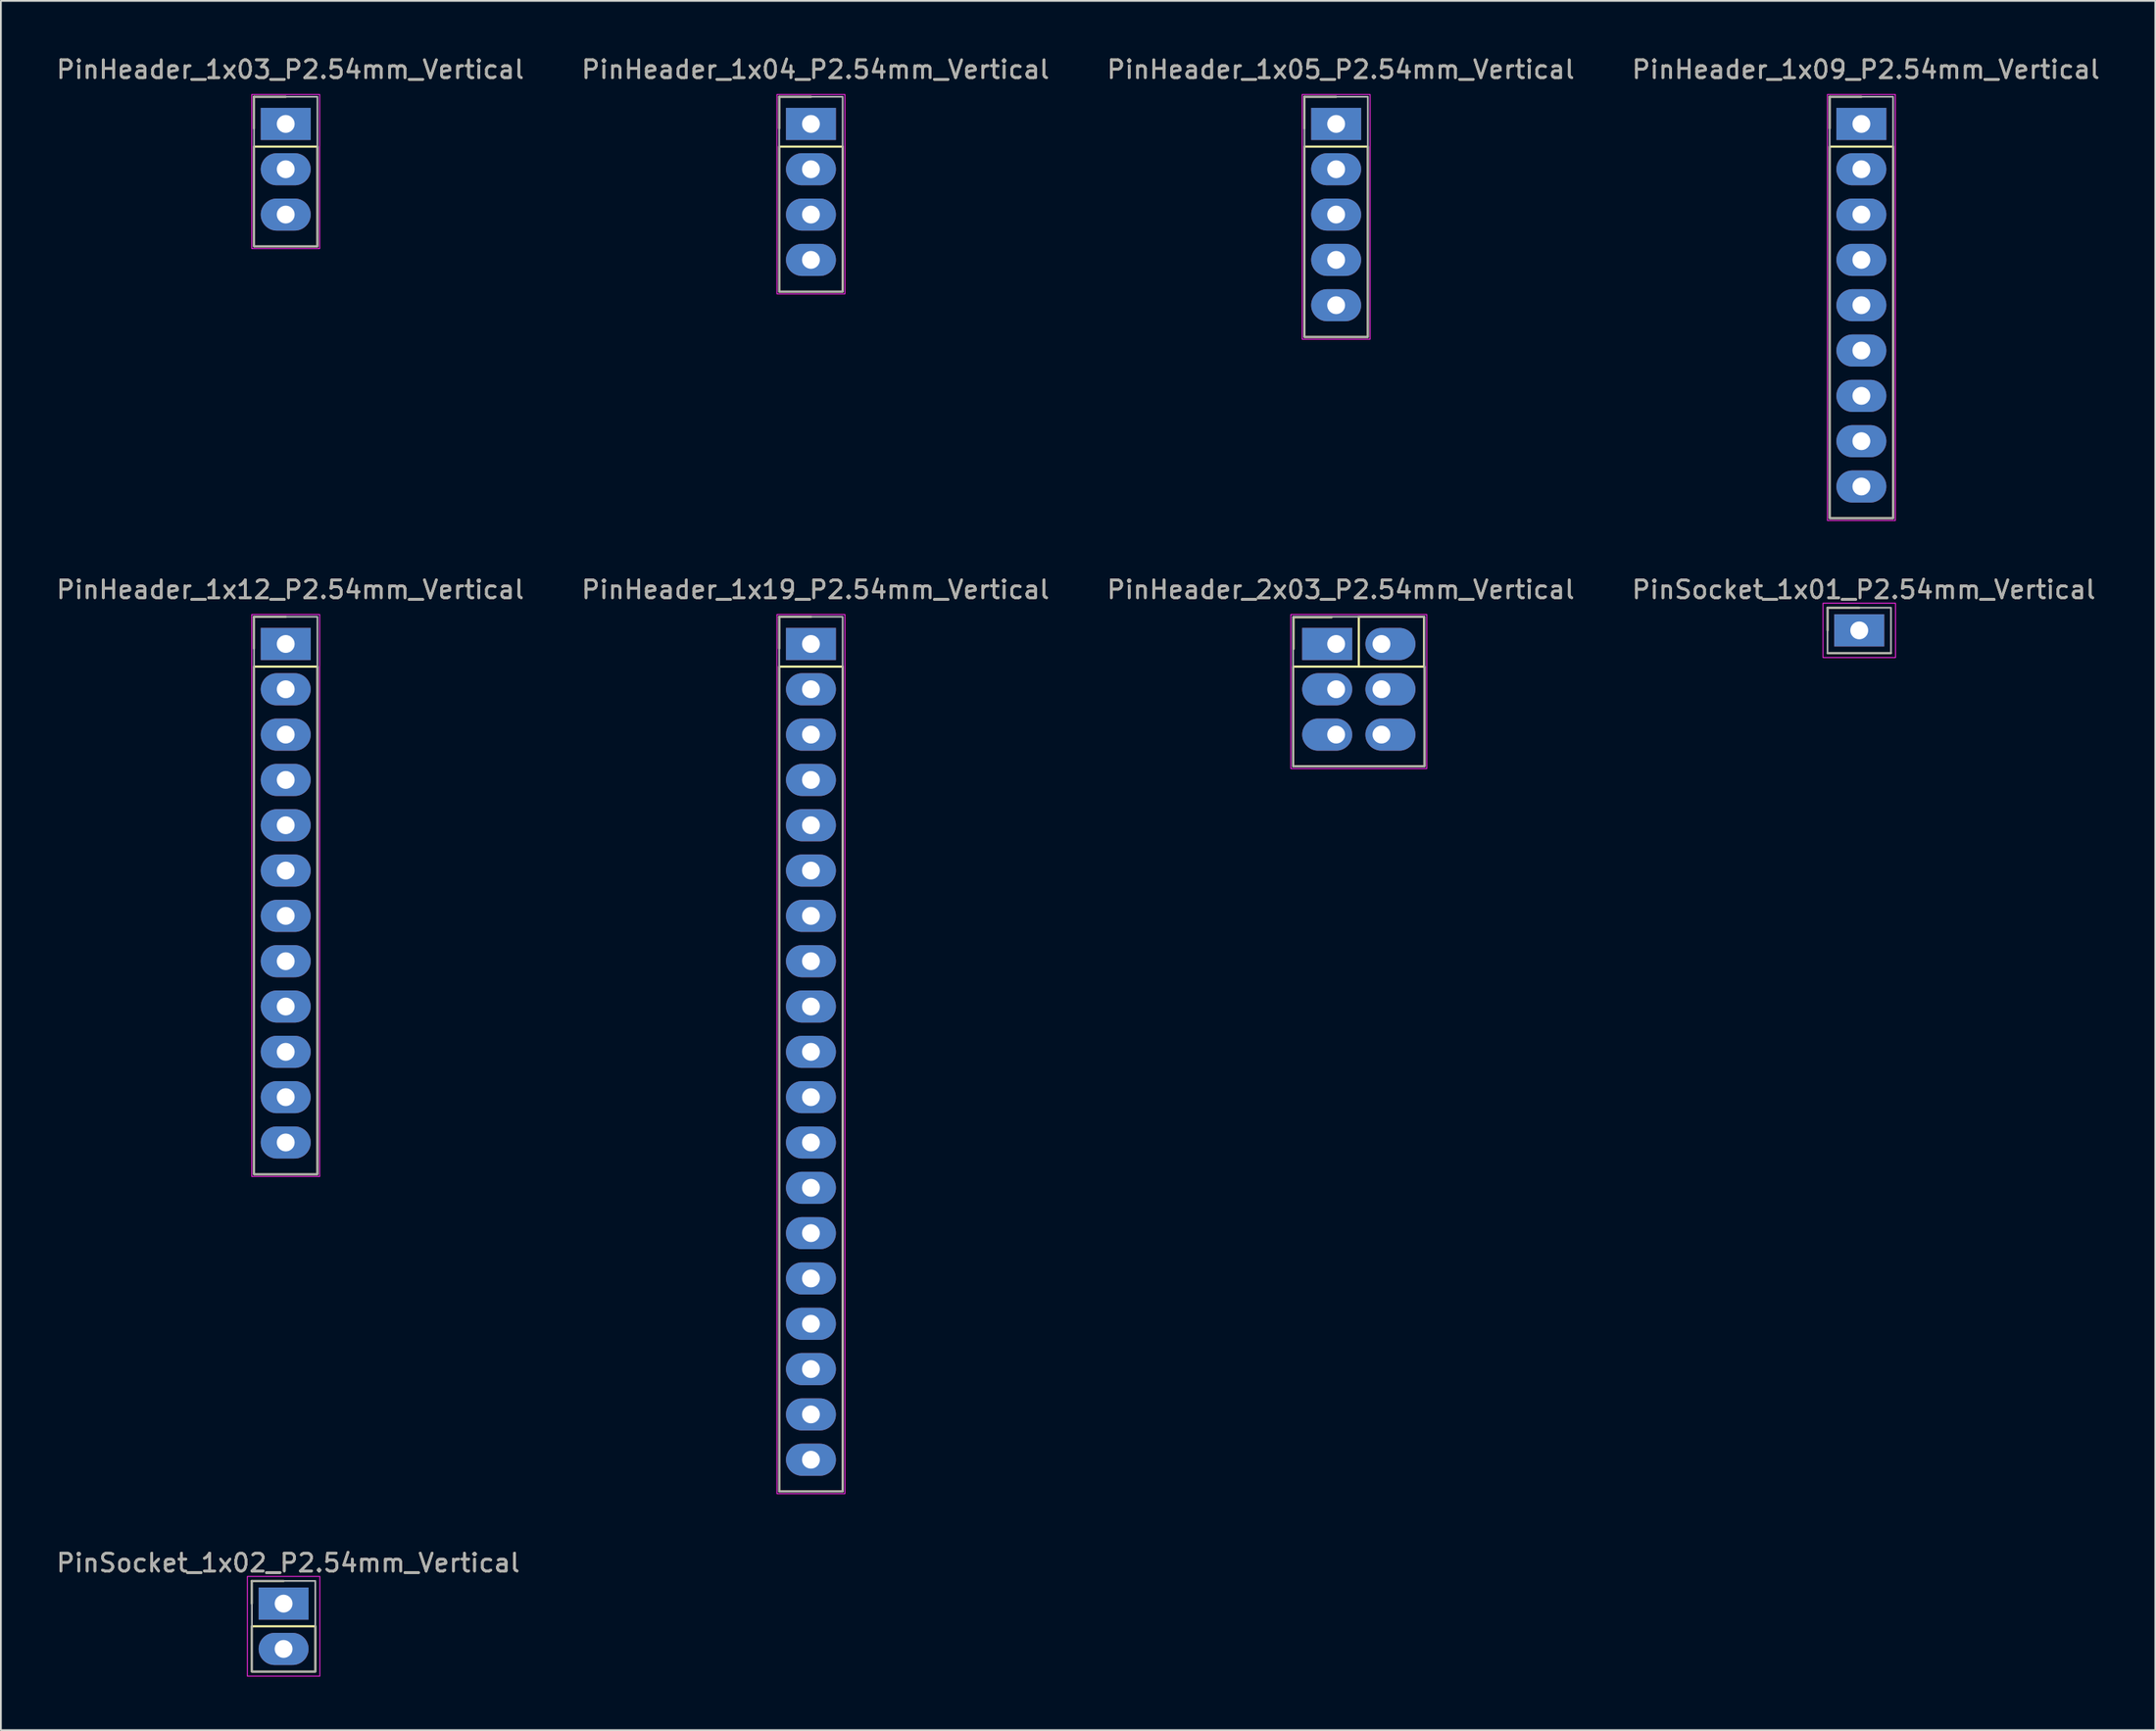
<source format=kicad_pcb>
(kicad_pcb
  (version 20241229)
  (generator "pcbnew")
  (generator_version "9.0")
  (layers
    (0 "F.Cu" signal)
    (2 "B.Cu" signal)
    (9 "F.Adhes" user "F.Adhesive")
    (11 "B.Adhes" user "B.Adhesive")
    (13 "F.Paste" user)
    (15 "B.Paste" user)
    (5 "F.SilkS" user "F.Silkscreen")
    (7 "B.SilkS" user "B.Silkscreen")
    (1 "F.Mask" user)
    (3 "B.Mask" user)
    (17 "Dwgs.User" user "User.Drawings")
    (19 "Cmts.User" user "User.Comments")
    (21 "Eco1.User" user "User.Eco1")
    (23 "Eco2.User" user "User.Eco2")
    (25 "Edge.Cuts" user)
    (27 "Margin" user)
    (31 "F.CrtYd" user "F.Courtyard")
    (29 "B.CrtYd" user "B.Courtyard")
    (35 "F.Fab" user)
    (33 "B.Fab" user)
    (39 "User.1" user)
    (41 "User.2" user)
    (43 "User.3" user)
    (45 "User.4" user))
  (footprint "PinHeader_1x05_P2.54mm_Vertical"
    (layer "F.Cu")
    (at 71.847 3.896)
    (property "Reference" "PinHeader_1x05_P2.54mm_Vertical" (at 0.254 -3.048 0) (unlocked yes) (layer "F.SilkS") (effects (font (size 1 1) (thickness 0.15))))
    (attr through_hole)
    (fp_line (start -1.778 -1.524) (end 0 -1.524) (stroke (width 0.12) (type solid)) (layer "F.SilkS"))
    (fp_line (start -1.778 0.254) (end -1.778 -1.524) (stroke (width 0.12) (type solid)) (layer "F.SilkS"))
    (fp_rect (start -1.778 1.27) (end 1.778 11.938) (stroke (width 0.12) (type solid)) (fill no) (layer "F.SilkS"))
    (fp_rect (start -1.905 -1.651) (end 1.905 12.065) (stroke (width 0.05) (type solid)) (fill no) (layer "F.CrtYd"))
    (fp_rect (start -1.778 -1.524) (end 1.778 11.938) (stroke (width 0.1) (type solid)) (fill no) (layer "F.Fab"))
    (fp_text user "${REFERENCE}" (at 0.254 -3.048 0) (unlocked yes) (layer "F.Fab") (effects (font (size 1 1) (thickness 0.15))))
    (pad "1" thru_hole rect (at 0 0) (size 2.8 1.8) (drill 1) (layers "*.Cu" "*.Mask"))
    (pad "2" thru_hole oval (at 0 2.54) (size 2.8 1.8) (drill 1) (layers "*.Cu" "*.Mask"))
    (pad "3" thru_hole oval (at 0 5.08) (size 2.8 1.8) (drill 1) (layers "*.Cu" "*.Mask"))
    (pad "4" thru_hole oval (at 0 7.62) (size 2.8 1.8) (drill 1) (layers "*.Cu" "*.Mask"))
    (pad "5" thru_hole oval (at 0 10.16) (size 2.8 1.8) (drill 1) (layers "*.Cu" "*.Mask")))
  (footprint "PinHeader_2x03_P2.54mm_Vertical"
    (layer "F.Cu")
    (at 71.847 33.042)
    (property "Reference" "PinHeader_2x03_P2.54mm_Vertical" (at 0.254 -3.048 0) (unlocked yes) (layer "F.SilkS") (effects (font (size 1 1) (thickness 0.15))))
    (attr through_hole)
    (fp_line (start -2.388 -1.499) (end -0.254 -1.499) (stroke (width 0.12) (type solid)) (layer "F.SilkS"))
    (fp_line (start -2.388 0.279) (end -2.388 -1.499) (stroke (width 0.12) (type solid)) (layer "F.SilkS"))
    (fp_line (start 1.27 -1.524) (end 4.928 -1.524) (stroke (width 0.12) (type solid)) (layer "F.SilkS"))
    (fp_line (start 1.27 1.27) (end 1.27 -1.524) (stroke (width 0.12) (type solid)) (layer "F.SilkS"))
    (fp_line (start 4.928 -1.524) (end 4.928 1.27) (stroke (width 0.12) (type solid)) (layer "F.SilkS"))
    (fp_rect (start -2.413 1.27) (end 4.953 6.858) (stroke (width 0.12) (type solid)) (fill no) (layer "F.SilkS"))
    (fp_rect (start -2.54 -1.651) (end 5.08 6.985) (stroke (width 0.05) (type solid)) (fill no) (layer "F.CrtYd"))
    (fp_rect (start -2.413 -1.524) (end 4.953 6.858) (stroke (width 0.1) (type solid)) (fill no) (layer "F.Fab"))
    (fp_text user "${REFERENCE}" (at 0.254 -3.048 0) (unlocked yes) (layer "F.Fab") (effects (font (size 1 1) (thickness 0.15))))
    (pad "1" thru_hole rect (at 0 0) (size 2.805 1.8) (drill 1 (offset -0.502 0)) (layers "*.Cu" "*.Mask"))
    (pad "2" thru_hole oval (at 2.54 0) (size 2.805 1.8) (drill 1 (offset 0.502 0)) (layers "*.Cu" "*.Mask"))
    (pad "3" thru_hole oval (at 0 2.54) (size 2.805 1.8) (drill 1 (offset -0.502 0)) (layers "*.Cu" "*.Mask"))
    (pad "4" thru_hole oval (at 2.54 2.54) (size 2.805 1.8) (drill 1 (offset 0.502 0)) (layers "*.Cu" "*.Mask"))
    (pad "5" thru_hole oval (at 0 5.08) (size 2.805 1.8) (drill 1 (offset -0.502 0)) (layers "*.Cu" "*.Mask"))
    (pad "6" thru_hole oval (at 2.54 5.08) (size 2.805 1.8) (drill 1 (offset 0.502 0)) (layers "*.Cu" "*.Mask")))
  (footprint "PinHeader_1x19_P2.54mm_Vertical"
    (layer "F.Cu")
    (at 42.407 33.042)
    (property "Reference" "PinHeader_1x19_P2.54mm_Vertical" (at 0.254 -3.048 0) (unlocked yes) (layer "F.SilkS") (effects (font (size 1 1) (thickness 0.15))))
    (attr through_hole)
    (fp_line (start -1.778 -1.524) (end 0 -1.524) (stroke (width 0.12) (type solid)) (layer "F.SilkS"))
    (fp_line (start -1.778 0.254) (end -1.778 -1.524) (stroke (width 0.12) (type solid)) (layer "F.SilkS"))
    (fp_rect (start -1.778 1.27) (end 1.778 47.498) (stroke (width 0.12) (type solid)) (fill no) (layer "F.SilkS"))
    (fp_rect (start -1.905 -1.651) (end 1.905 47.625) (stroke (width 0.05) (type solid)) (fill no) (layer "F.CrtYd"))
    (fp_rect (start -1.778 -1.524) (end 1.778 47.498) (stroke (width 0.1) (type solid)) (fill no) (layer "F.Fab"))
    (fp_text user "${REFERENCE}" (at 0.254 -3.048 0) (unlocked yes) (layer "F.Fab") (effects (font (size 1 1) (thickness 0.15))))
    (pad "1" thru_hole rect (at 0 0) (size 2.8 1.8) (drill 1) (layers "*.Cu" "*.Mask"))
    (pad "2" thru_hole oval (at 0 2.54) (size 2.8 1.8) (drill 1) (layers "*.Cu" "*.Mask"))
    (pad "3" thru_hole oval (at 0 5.08) (size 2.8 1.8) (drill 1) (layers "*.Cu" "*.Mask"))
    (pad "4" thru_hole oval (at 0 7.62) (size 2.8 1.8) (drill 1) (layers "*.Cu" "*.Mask"))
    (pad "5" thru_hole oval (at 0 10.16) (size 2.8 1.8) (drill 1) (layers "*.Cu" "*.Mask"))
    (pad "6" thru_hole oval (at 0 12.7) (size 2.8 1.8) (drill 1) (layers "*.Cu" "*.Mask"))
    (pad "7" thru_hole oval (at 0 15.24) (size 2.8 1.8) (drill 1) (layers "*.Cu" "*.Mask"))
    (pad "8" thru_hole oval (at 0 17.78) (size 2.8 1.8) (drill 1) (layers "*.Cu" "*.Mask"))
    (pad "9" thru_hole oval (at 0 20.32) (size 2.8 1.8) (drill 1) (layers "*.Cu" "*.Mask"))
    (pad "10" thru_hole oval (at 0 22.86) (size 2.8 1.8) (drill 1) (layers "*.Cu" "*.Mask"))
    (pad "11" thru_hole oval (at 0 25.4) (size 2.8 1.8) (drill 1) (layers "*.Cu" "*.Mask"))
    (pad "12" thru_hole oval (at 0 27.94) (size 2.8 1.8) (drill 1) (layers "*.Cu" "*.Mask"))
    (pad "13" thru_hole oval (at 0 30.48) (size 2.8 1.8) (drill 1) (layers "*.Cu" "*.Mask"))
    (pad "14" thru_hole oval (at 0 33.02) (size 2.8 1.8) (drill 1) (layers "*.Cu" "*.Mask"))
    (pad "15" thru_hole oval (at 0 35.56) (size 2.8 1.8) (drill 1) (layers "*.Cu" "*.Mask"))
    (pad "16" thru_hole oval (at 0 38.1) (size 2.8 1.8) (drill 1) (layers "*.Cu" "*.Mask"))
    (pad "17" thru_hole oval (at 0 40.64) (size 2.8 1.8) (drill 1) (layers "*.Cu" "*.Mask"))
    (pad "18" thru_hole oval (at 0 43.18) (size 2.8 1.8) (drill 1) (layers "*.Cu" "*.Mask"))
    (pad "19" thru_hole oval (at 0 45.72) (size 2.8 1.8) (drill 1) (layers "*.Cu" "*.Mask")))
  (footprint "PinHeader_1x12_P2.54mm_Vertical"
    (layer "F.Cu")
    (at 12.966 33.042)
    (property "Reference" "PinHeader_1x12_P2.54mm_Vertical" (at 0.254 -3.048 0) (unlocked yes) (layer "F.SilkS") (effects (font (size 1 1) (thickness 0.15))))
    (attr through_hole)
    (fp_line (start -1.778 -1.524) (end 0 -1.524) (stroke (width 0.12) (type solid)) (layer "F.SilkS"))
    (fp_line (start -1.778 0.254) (end -1.778 -1.524) (stroke (width 0.12) (type solid)) (layer "F.SilkS"))
    (fp_rect (start -1.778 1.27) (end 1.778 29.718) (stroke (width 0.12) (type solid)) (fill no) (layer "F.SilkS"))
    (fp_rect (start -1.905 -1.651) (end 1.905 29.845) (stroke (width 0.05) (type solid)) (fill no) (layer "F.CrtYd"))
    (fp_rect (start -1.778 -1.524) (end 1.778 29.718) (stroke (width 0.1) (type solid)) (fill no) (layer "F.Fab"))
    (fp_text user "${REFERENCE}" (at 0.254 -3.048 0) (unlocked yes) (layer "F.Fab") (effects (font (size 1 1) (thickness 0.15))))
    (pad "1" thru_hole rect (at 0 0) (size 2.8 1.8) (drill 1) (layers "*.Cu" "*.Mask"))
    (pad "2" thru_hole oval (at 0 2.54) (size 2.8 1.8) (drill 1) (layers "*.Cu" "*.Mask"))
    (pad "3" thru_hole oval (at 0 5.08) (size 2.8 1.8) (drill 1) (layers "*.Cu" "*.Mask"))
    (pad "4" thru_hole oval (at 0 7.62) (size 2.8 1.8) (drill 1) (layers "*.Cu" "*.Mask"))
    (pad "5" thru_hole oval (at 0 10.16) (size 2.8 1.8) (drill 1) (layers "*.Cu" "*.Mask"))
    (pad "6" thru_hole oval (at 0 12.7) (size 2.8 1.8) (drill 1) (layers "*.Cu" "*.Mask"))
    (pad "7" thru_hole oval (at 0 15.24) (size 2.8 1.8) (drill 1) (layers "*.Cu" "*.Mask"))
    (pad "8" thru_hole oval (at 0 17.78) (size 2.8 1.8) (drill 1) (layers "*.Cu" "*.Mask"))
    (pad "9" thru_hole oval (at 0 20.32) (size 2.8 1.8) (drill 1) (layers "*.Cu" "*.Mask"))
    (pad "10" thru_hole oval (at 0 22.86) (size 2.8 1.8) (drill 1) (layers "*.Cu" "*.Mask"))
    (pad "11" thru_hole oval (at 0 25.4) (size 2.8 1.8) (drill 1) (layers "*.Cu" "*.Mask"))
    (pad "12" thru_hole oval (at 0 27.94) (size 2.8 1.8) (drill 1) (layers "*.Cu" "*.Mask")))
  (footprint "PinHeader_1x04_P2.54mm_Vertical"
    (layer "F.Cu")
    (at 42.407 3.896)
    (property "Reference" "PinHeader_1x04_P2.54mm_Vertical" (at 0.254 -3.048 0) (unlocked yes) (layer "F.SilkS") (effects (font (size 1 1) (thickness 0.15))))
    (attr through_hole)
    (fp_line (start -1.778 -1.524) (end 0 -1.524) (stroke (width 0.12) (type solid)) (layer "F.SilkS"))
    (fp_line (start -1.778 0.254) (end -1.778 -1.524) (stroke (width 0.12) (type solid)) (layer "F.SilkS"))
    (fp_rect (start -1.778 1.27) (end 1.778 9.398) (stroke (width 0.12) (type solid)) (fill no) (layer "F.SilkS"))
    (fp_rect (start -1.905 -1.651) (end 1.905 9.525) (stroke (width 0.05) (type solid)) (fill no) (layer "F.CrtYd"))
    (fp_rect (start -1.778 -1.524) (end 1.778 9.398) (stroke (width 0.1) (type solid)) (fill no) (layer "F.Fab"))
    (fp_text user "${REFERENCE}" (at 0.254 -3.048 0) (unlocked yes) (layer "F.Fab") (effects (font (size 1 1) (thickness 0.15))))
    (pad "1" thru_hole rect (at 0 0) (size 2.8 1.8) (drill 1) (layers "*.Cu" "*.Mask"))
    (pad "2" thru_hole oval (at 0 2.54) (size 2.8 1.8) (drill 1) (layers "*.Cu" "*.Mask"))
    (pad "3" thru_hole oval (at 0 5.08) (size 2.8 1.8) (drill 1) (layers "*.Cu" "*.Mask"))
    (pad "4" thru_hole oval (at 0 7.62) (size 2.8 1.8) (drill 1) (layers "*.Cu" "*.Mask")))
  (footprint "PinSocket_1x01_P2.54mm_Vertical"
    (layer "F.Cu")
    (at 101.169 32.281)
    (property "Reference" "PinSocket_1x01_P2.54mm_Vertical" (at 0.254 -2.286 0) (unlocked yes) (layer "F.SilkS") (effects (font (size 1 1) (thickness 0.15))))
    (attr through_hole)
    (fp_line (start -1.778 -1.27) (end 0 -1.27) (stroke (width 0.12) (type solid)) (layer "F.SilkS"))
    (fp_line (start -1.778 0) (end -1.778 -1.27) (stroke (width 0.12) (type solid)) (layer "F.SilkS"))
    (fp_line (start -1.778 1.27) (end 1.778 1.27) (stroke (width 0.12) (type solid)) (layer "F.SilkS"))
    (fp_rect (start -2.032 -1.524) (end 2.032 1.524) (stroke (width 0.05) (type solid)) (fill no) (layer "F.CrtYd"))
    (fp_rect (start -1.778 -1.27) (end 1.778 1.27) (stroke (width 0.1) (type solid)) (fill no) (layer "F.Fab"))
    (fp_text user "${REFERENCE}" (at 0.254 -2.286 0) (unlocked yes) (layer "F.Fab") (effects (font (size 1 1) (thickness 0.15))))
    (pad "1" thru_hole rect (at 0 0) (size 2.8 1.8) (drill 1) (layers "*.Cu" "*.Mask")))
  (footprint "PinHeader_1x03_P2.54mm_Vertical"
    (layer "F.Cu")
    (at 12.966 3.896)
    (property "Reference" "PinHeader_1x03_P2.54mm_Vertical" (at 0.254 -3.048 0) (unlocked yes) (layer "F.SilkS") (effects (font (size 1 1) (thickness 0.15))))
    (attr through_hole)
    (fp_line (start -1.778 -1.524) (end 0 -1.524) (stroke (width 0.12) (type solid)) (layer "F.SilkS"))
    (fp_line (start -1.778 0.254) (end -1.778 -1.524) (stroke (width 0.12) (type solid)) (layer "F.SilkS"))
    (fp_rect (start -1.778 1.27) (end 1.778 6.858) (stroke (width 0.12) (type solid)) (fill no) (layer "F.SilkS"))
    (fp_rect (start -1.905 -1.651) (end 1.905 6.985) (stroke (width 0.05) (type solid)) (fill no) (layer "F.CrtYd"))
    (fp_rect (start -1.778 -1.524) (end 1.778 6.858) (stroke (width 0.1) (type solid)) (fill no) (layer "F.Fab"))
    (fp_text user "${REFERENCE}" (at 0.254 -3.048 0) (unlocked yes) (layer "F.Fab") (effects (font (size 1 1) (thickness 0.15))))
    (pad "1" thru_hole rect (at 0 0) (size 2.8 1.8) (drill 1) (layers "*.Cu" "*.Mask"))
    (pad "2" thru_hole oval (at 0 2.54) (size 2.8 1.8) (drill 1) (layers "*.Cu" "*.Mask"))
    (pad "3" thru_hole oval (at 0 5.08) (size 2.8 1.8) (drill 1) (layers "*.Cu" "*.Mask")))
  (footprint "PinHeader_1x09_P2.54mm_Vertical"
    (layer "F.Cu")
    (at 101.288 3.896)
    (property "Reference" "PinHeader_1x09_P2.54mm_Vertical" (at 0.254 -3.048 0) (unlocked yes) (layer "F.SilkS") (effects (font (size 1 1) (thickness 0.15))))
    (attr through_hole)
    (fp_line (start -1.778 -1.524) (end 0 -1.524) (stroke (width 0.12) (type solid)) (layer "F.SilkS"))
    (fp_line (start -1.778 0.254) (end -1.778 -1.524) (stroke (width 0.12) (type solid)) (layer "F.SilkS"))
    (fp_rect (start -1.778 1.27) (end 1.778 22.098) (stroke (width 0.12) (type solid)) (fill no) (layer "F.SilkS"))
    (fp_rect (start -1.905 -1.651) (end 1.905 22.225) (stroke (width 0.05) (type solid)) (fill no) (layer "F.CrtYd"))
    (fp_rect (start -1.778 -1.524) (end 1.778 22.098) (stroke (width 0.1) (type solid)) (fill no) (layer "F.Fab"))
    (fp_text user "${REFERENCE}" (at 0.254 -3.048 0) (unlocked yes) (layer "F.Fab") (effects (font (size 1 1) (thickness 0.15))))
    (pad "1" thru_hole rect (at 0 0) (size 2.8 1.8) (drill 1) (layers "*.Cu" "*.Mask"))
    (pad "2" thru_hole oval (at 0 2.54) (size 2.8 1.8) (drill 1) (layers "*.Cu" "*.Mask"))
    (pad "3" thru_hole oval (at 0 5.08) (size 2.8 1.8) (drill 1) (layers "*.Cu" "*.Mask"))
    (pad "4" thru_hole oval (at 0 7.62) (size 2.8 1.8) (drill 1) (layers "*.Cu" "*.Mask"))
    (pad "5" thru_hole oval (at 0 10.16) (size 2.8 1.8) (drill 1) (layers "*.Cu" "*.Mask"))
    (pad "6" thru_hole oval (at 0 12.7) (size 2.8 1.8) (drill 1) (layers "*.Cu" "*.Mask"))
    (pad "7" thru_hole oval (at 0 15.24) (size 2.8 1.8) (drill 1) (layers "*.Cu" "*.Mask"))
    (pad "8" thru_hole oval (at 0 17.78) (size 2.8 1.8) (drill 1) (layers "*.Cu" "*.Mask"))
    (pad "9" thru_hole oval (at 0 20.32) (size 2.8 1.8) (drill 1) (layers "*.Cu" "*.Mask")))
  (footprint "PinSocket_1x02_P2.54mm_Vertical"
    (layer "F.Cu")
    (at 12.847 86.827)
    (property "Reference" "PinSocket_1x02_P2.54mm_Vertical" (at 0.254 -2.286 0) (unlocked yes) (layer "F.SilkS") (effects (font (size 1 1) (thickness 0.15))))
    (attr through_hole)
    (fp_line (start -1.778 -1.27) (end 0 -1.27) (stroke (width 0.12) (type solid)) (layer "F.SilkS"))
    (fp_line (start -1.778 0) (end -1.778 -1.27) (stroke (width 0.12) (type solid)) (layer "F.SilkS"))
    (fp_rect (start -1.778 1.27) (end 1.778 3.81) (stroke (width 0.12) (type solid)) (fill no) (layer "F.SilkS"))
    (fp_rect (start -2.032 -1.524) (end 2.032 4.064) (stroke (width 0.05) (type solid)) (fill no) (layer "F.CrtYd"))
    (fp_rect (start -1.778 -1.27) (end 1.778 3.81) (stroke (width 0.1) (type solid)) (fill no) (layer "F.Fab"))
    (fp_text user "${REFERENCE}" (at 0.254 -2.286 0) (unlocked yes) (layer "F.Fab") (effects (font (size 1 1) (thickness 0.15))))
    (pad "1" thru_hole rect (at 0 0) (size 2.8 1.8) (drill 1) (layers "*.Cu" "*.Mask"))
    (pad "2" thru_hole oval (at 0 2.54) (size 2.8 1.8) (drill 1) (layers "*.Cu" "*.Mask")))
  (gr_rect
    (start -3 -3)
    (end 117.762 93.916)
    (stroke (width 0.1) (type default))
    (fill no)
    (layer "Edge.Cuts")))
</source>
